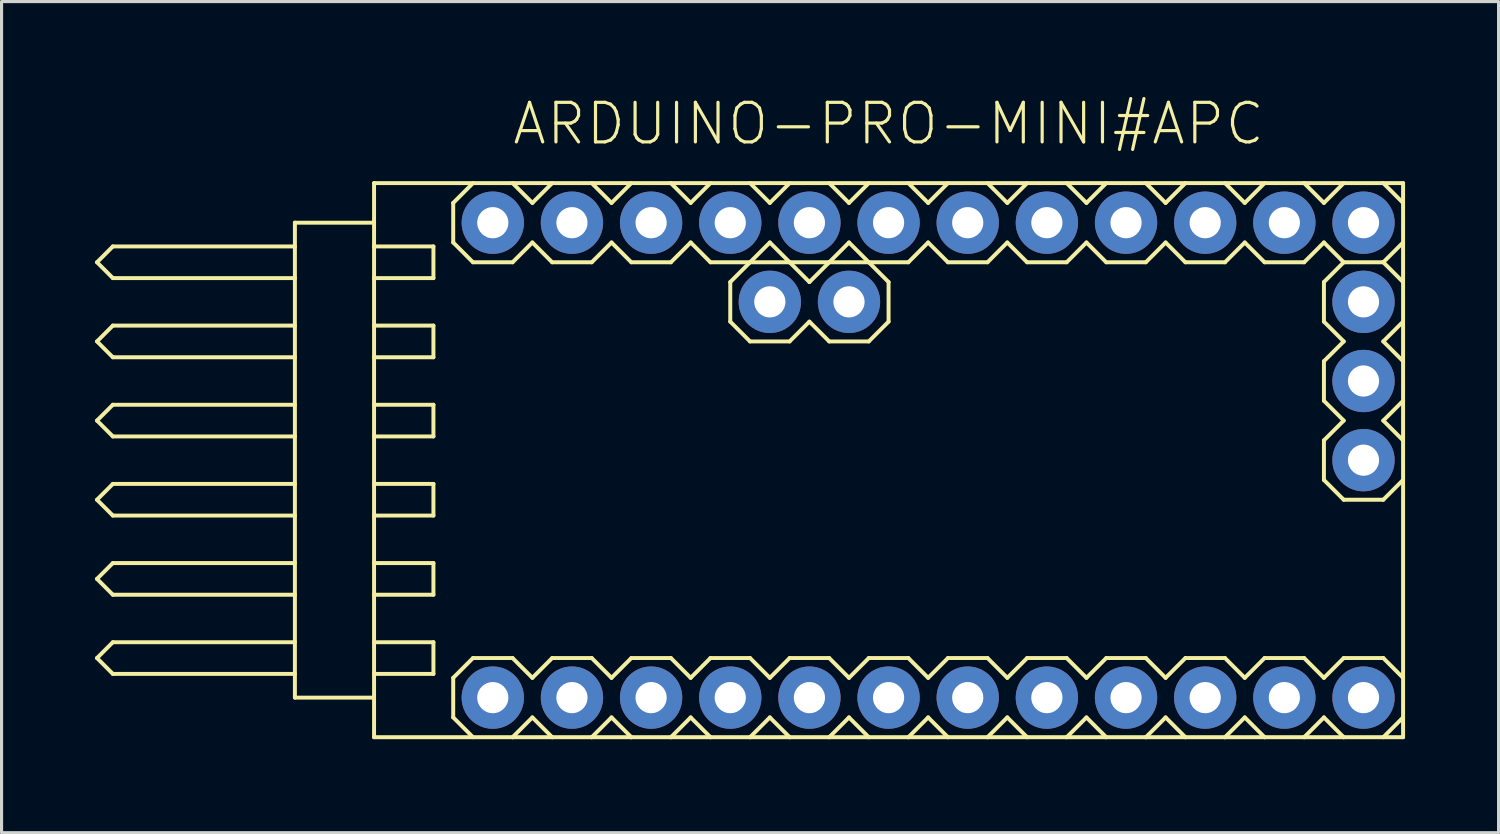
<source format=kicad_pcb>
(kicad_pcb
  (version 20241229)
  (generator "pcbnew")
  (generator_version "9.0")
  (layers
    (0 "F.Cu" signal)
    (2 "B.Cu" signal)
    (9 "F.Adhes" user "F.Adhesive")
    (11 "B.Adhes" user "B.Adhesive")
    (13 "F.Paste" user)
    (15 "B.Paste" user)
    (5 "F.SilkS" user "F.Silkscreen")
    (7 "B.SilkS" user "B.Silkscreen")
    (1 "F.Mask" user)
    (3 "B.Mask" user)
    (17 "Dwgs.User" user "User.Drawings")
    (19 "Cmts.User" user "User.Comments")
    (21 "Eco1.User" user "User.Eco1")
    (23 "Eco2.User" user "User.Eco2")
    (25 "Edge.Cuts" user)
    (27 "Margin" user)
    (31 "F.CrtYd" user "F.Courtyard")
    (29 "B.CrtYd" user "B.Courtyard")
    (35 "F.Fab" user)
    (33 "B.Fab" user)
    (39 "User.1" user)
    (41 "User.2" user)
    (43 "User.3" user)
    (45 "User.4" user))
  (footprint "ARDUINO-PRO-MINI#APC"
    (layer "F.Cu")
    (at 25.463 11.716)
    (property "Reference" "ARDUINO-PRO-MINI#APC" (at 0 -10.795 0) (layer "F.SilkS") (effects (font (size 1.27 1.27) (thickness 0.102))))
    (attr exclude_from_pos_files exclude_from_bom)
    (fp_line (start -25.4 -6.35) (end -24.892 -5.842) (stroke (width 0.127) (type solid)) (layer "F.SilkS"))
    (fp_line (start -25.4 -3.81) (end -24.892 -3.302) (stroke (width 0.127) (type solid)) (layer "F.SilkS"))
    (fp_line (start -25.4 -1.27) (end -24.892 -0.762) (stroke (width 0.127) (type solid)) (layer "F.SilkS"))
    (fp_line (start -25.4 1.27) (end -24.892 1.778) (stroke (width 0.127) (type solid)) (layer "F.SilkS"))
    (fp_line (start -25.4 3.81) (end -24.892 4.318) (stroke (width 0.127) (type solid)) (layer "F.SilkS"))
    (fp_line (start -25.4 6.35) (end -24.892 6.858) (stroke (width 0.127) (type solid)) (layer "F.SilkS"))
    (fp_line (start -24.892 -6.858) (end -25.4 -6.35) (stroke (width 0.127) (type solid)) (layer "F.SilkS"))
    (fp_line (start -24.892 -5.842) (end -19.05 -5.842) (stroke (width 0.127) (type solid)) (layer "F.SilkS"))
    (fp_line (start -24.892 -4.318) (end -25.4 -3.81) (stroke (width 0.127) (type solid)) (layer "F.SilkS"))
    (fp_line (start -24.892 -3.302) (end -19.05 -3.302) (stroke (width 0.127) (type solid)) (layer "F.SilkS"))
    (fp_line (start -24.892 -1.778) (end -25.4 -1.27) (stroke (width 0.127) (type solid)) (layer "F.SilkS"))
    (fp_line (start -24.892 -0.762) (end -19.05 -0.762) (stroke (width 0.127) (type solid)) (layer "F.SilkS"))
    (fp_line (start -24.892 0.762) (end -25.4 1.27) (stroke (width 0.127) (type solid)) (layer "F.SilkS"))
    (fp_line (start -24.892 1.778) (end -19.05 1.778) (stroke (width 0.127) (type solid)) (layer "F.SilkS"))
    (fp_line (start -24.892 3.302) (end -25.4 3.81) (stroke (width 0.127) (type solid)) (layer "F.SilkS"))
    (fp_line (start -24.892 4.318) (end -19.05 4.318) (stroke (width 0.127) (type solid)) (layer "F.SilkS"))
    (fp_line (start -24.892 5.842) (end -25.4 6.35) (stroke (width 0.127) (type solid)) (layer "F.SilkS"))
    (fp_line (start -24.892 6.858) (end -19.05 6.858) (stroke (width 0.127) (type solid)) (layer "F.SilkS"))
    (fp_line (start -19.05 -7.62) (end -19.05 -6.858) (stroke (width 0.127) (type solid)) (layer "F.SilkS"))
    (fp_line (start -19.05 -6.858) (end -24.892 -6.858) (stroke (width 0.127) (type solid)) (layer "F.SilkS"))
    (fp_line (start -19.05 -6.858) (end -19.05 -5.842) (stroke (width 0.127) (type solid)) (layer "F.SilkS"))
    (fp_line (start -19.05 -5.842) (end -19.05 7.62) (stroke (width 0.127) (type solid)) (layer "F.SilkS"))
    (fp_line (start -19.05 -4.318) (end -24.892 -4.318) (stroke (width 0.127) (type solid)) (layer "F.SilkS"))
    (fp_line (start -19.05 -1.778) (end -24.892 -1.778) (stroke (width 0.127) (type solid)) (layer "F.SilkS"))
    (fp_line (start -19.05 0.762) (end -24.892 0.762) (stroke (width 0.127) (type solid)) (layer "F.SilkS"))
    (fp_line (start -19.05 3.302) (end -24.892 3.302) (stroke (width 0.127) (type solid)) (layer "F.SilkS"))
    (fp_line (start -19.05 5.842) (end -24.892 5.842) (stroke (width 0.127) (type solid)) (layer "F.SilkS"))
    (fp_line (start -19.05 7.62) (end -16.51 7.62) (stroke (width 0.127) (type solid)) (layer "F.SilkS"))
    (fp_line (start -16.51 -8.89) (end -16.51 -7.62) (stroke (width 0.127) (type solid)) (layer "F.SilkS"))
    (fp_line (start -16.51 -7.62) (end -19.05 -7.62) (stroke (width 0.127) (type solid)) (layer "F.SilkS"))
    (fp_line (start -16.51 -7.62) (end -16.51 -6.858) (stroke (width 0.127) (type solid)) (layer "F.SilkS"))
    (fp_line (start -16.51 -6.858) (end -16.51 -5.842) (stroke (width 0.127) (type solid)) (layer "F.SilkS"))
    (fp_line (start -16.51 -6.858) (end -14.605 -6.858) (stroke (width 0.127) (type solid)) (layer "F.SilkS"))
    (fp_line (start -16.51 -5.842) (end -16.51 7.62) (stroke (width 0.127) (type solid)) (layer "F.SilkS"))
    (fp_line (start -16.51 -4.318) (end -14.605 -4.318) (stroke (width 0.127) (type solid)) (layer "F.SilkS"))
    (fp_line (start -16.51 -1.778) (end -14.605 -1.778) (stroke (width 0.127) (type solid)) (layer "F.SilkS"))
    (fp_line (start -16.51 0.762) (end -14.605 0.762) (stroke (width 0.127) (type solid)) (layer "F.SilkS"))
    (fp_line (start -16.51 3.302) (end -14.605 3.302) (stroke (width 0.127) (type solid)) (layer "F.SilkS"))
    (fp_line (start -16.51 5.842) (end -14.605 5.842) (stroke (width 0.127) (type solid)) (layer "F.SilkS"))
    (fp_line (start -16.51 7.62) (end -16.51 8.89) (stroke (width 0.127) (type solid)) (layer "F.SilkS"))
    (fp_line (start -16.51 8.89) (end -12.065 8.89) (stroke (width 0.127) (type solid)) (layer "F.SilkS"))
    (fp_line (start -14.605 -6.858) (end -14.605 -5.842) (stroke (width 0.127) (type solid)) (layer "F.SilkS"))
    (fp_line (start -14.605 -5.842) (end -16.51 -5.842) (stroke (width 0.127) (type solid)) (layer "F.SilkS"))
    (fp_line (start -14.605 -4.318) (end -14.605 -3.302) (stroke (width 0.127) (type solid)) (layer "F.SilkS"))
    (fp_line (start -14.605 -3.302) (end -16.51 -3.302) (stroke (width 0.127) (type solid)) (layer "F.SilkS"))
    (fp_line (start -14.605 -1.778) (end -14.605 -0.762) (stroke (width 0.127) (type solid)) (layer "F.SilkS"))
    (fp_line (start -14.605 -0.762) (end -16.51 -0.762) (stroke (width 0.127) (type solid)) (layer "F.SilkS"))
    (fp_line (start -14.605 0.762) (end -14.605 1.778) (stroke (width 0.127) (type solid)) (layer "F.SilkS"))
    (fp_line (start -14.605 1.778) (end -16.51 1.778) (stroke (width 0.127) (type solid)) (layer "F.SilkS"))
    (fp_line (start -14.605 3.302) (end -14.605 4.318) (stroke (width 0.127) (type solid)) (layer "F.SilkS"))
    (fp_line (start -14.605 4.318) (end -16.51 4.318) (stroke (width 0.127) (type solid)) (layer "F.SilkS"))
    (fp_line (start -14.605 5.842) (end -14.605 6.858) (stroke (width 0.127) (type solid)) (layer "F.SilkS"))
    (fp_line (start -14.605 6.858) (end -16.51 6.858) (stroke (width 0.127) (type solid)) (layer "F.SilkS"))
    (fp_line (start -13.97 -8.255) (end -13.97 -6.985) (stroke (width 0.127) (type solid)) (layer "F.SilkS"))
    (fp_line (start -13.97 -6.985) (end -13.335 -6.35) (stroke (width 0.127) (type solid)) (layer "F.SilkS"))
    (fp_line (start -13.97 6.985) (end -13.97 8.255) (stroke (width 0.127) (type solid)) (layer "F.SilkS"))
    (fp_line (start -13.335 -8.89) (end -13.97 -8.255) (stroke (width 0.127) (type solid)) (layer "F.SilkS"))
    (fp_line (start -13.335 -6.35) (end -12.065 -6.35) (stroke (width 0.127) (type solid)) (layer "F.SilkS"))
    (fp_line (start -13.335 6.35) (end -13.97 6.985) (stroke (width 0.127) (type solid)) (layer "F.SilkS"))
    (fp_line (start -13.335 6.35) (end -12.065 6.35) (stroke (width 0.127) (type solid)) (layer "F.SilkS"))
    (fp_line (start -13.335 8.89) (end -13.97 8.255) (stroke (width 0.127) (type solid)) (layer "F.SilkS"))
    (fp_line (start -12.065 -6.35) (end -11.43 -6.985) (stroke (width 0.127) (type solid)) (layer "F.SilkS"))
    (fp_line (start -12.065 6.35) (end -11.43 6.985) (stroke (width 0.127) (type solid)) (layer "F.SilkS"))
    (fp_line (start -12.065 8.89) (end -11.43 8.255) (stroke (width 0.127) (type solid)) (layer "F.SilkS"))
    (fp_line (start -12.065 8.89) (end -10.795 8.89) (stroke (width 0.127) (type solid)) (layer "F.SilkS"))
    (fp_line (start -11.43 -8.255) (end -12.065 -8.89) (stroke (width 0.127) (type solid)) (layer "F.SilkS"))
    (fp_line (start -11.43 -6.985) (end -10.795 -6.35) (stroke (width 0.127) (type solid)) (layer "F.SilkS"))
    (fp_line (start -11.43 6.985) (end -10.795 6.35) (stroke (width 0.127) (type solid)) (layer "F.SilkS"))
    (fp_line (start -11.43 8.255) (end -10.795 8.89) (stroke (width 0.127) (type solid)) (layer "F.SilkS"))
    (fp_line (start -10.795 -8.89) (end -11.43 -8.255) (stroke (width 0.127) (type solid)) (layer "F.SilkS"))
    (fp_line (start -10.795 -6.35) (end -9.525 -6.35) (stroke (width 0.127) (type solid)) (layer "F.SilkS"))
    (fp_line (start -10.795 6.35) (end -9.525 6.35) (stroke (width 0.127) (type solid)) (layer "F.SilkS"))
    (fp_line (start -10.795 8.89) (end -9.525 8.89) (stroke (width 0.127) (type solid)) (layer "F.SilkS"))
    (fp_line (start -9.525 -6.35) (end -8.89 -6.985) (stroke (width 0.127) (type solid)) (layer "F.SilkS"))
    (fp_line (start -9.525 6.35) (end -8.89 6.985) (stroke (width 0.127) (type solid)) (layer "F.SilkS"))
    (fp_line (start -9.525 8.89) (end -8.89 8.255) (stroke (width 0.127) (type solid)) (layer "F.SilkS"))
    (fp_line (start -9.525 8.89) (end -8.255 8.89) (stroke (width 0.127) (type solid)) (layer "F.SilkS"))
    (fp_line (start -8.89 -8.255) (end -9.525 -8.89) (stroke (width 0.127) (type solid)) (layer "F.SilkS"))
    (fp_line (start -8.89 -6.985) (end -8.255 -6.35) (stroke (width 0.127) (type solid)) (layer "F.SilkS"))
    (fp_line (start -8.89 6.985) (end -8.255 6.35) (stroke (width 0.127) (type solid)) (layer "F.SilkS"))
    (fp_line (start -8.89 8.255) (end -8.255 8.89) (stroke (width 0.127) (type solid)) (layer "F.SilkS"))
    (fp_line (start -8.255 -8.89) (end -8.89 -8.255) (stroke (width 0.127) (type solid)) (layer "F.SilkS"))
    (fp_line (start -8.255 -6.35) (end -6.985 -6.35) (stroke (width 0.127) (type solid)) (layer "F.SilkS"))
    (fp_line (start -8.255 6.35) (end -6.985 6.35) (stroke (width 0.127) (type solid)) (layer "F.SilkS"))
    (fp_line (start -8.255 8.89) (end -6.985 8.89) (stroke (width 0.127) (type solid)) (layer "F.SilkS"))
    (fp_line (start -6.985 -8.89) (end -16.51 -8.89) (stroke (width 0.127) (type solid)) (layer "F.SilkS"))
    (fp_line (start -6.985 -6.35) (end -6.35 -6.985) (stroke (width 0.127) (type solid)) (layer "F.SilkS"))
    (fp_line (start -6.985 6.35) (end -6.35 6.985) (stroke (width 0.127) (type solid)) (layer "F.SilkS"))
    (fp_line (start -6.985 8.89) (end -6.35 8.255) (stroke (width 0.127) (type solid)) (layer "F.SilkS"))
    (fp_line (start -6.985 8.89) (end -5.715 8.89) (stroke (width 0.127) (type solid)) (layer "F.SilkS"))
    (fp_line (start -6.35 -8.255) (end -6.985 -8.89) (stroke (width 0.127) (type solid)) (layer "F.SilkS"))
    (fp_line (start -6.35 -6.985) (end -5.715 -6.35) (stroke (width 0.127) (type solid)) (layer "F.SilkS"))
    (fp_line (start -6.35 6.985) (end -5.715 6.35) (stroke (width 0.127) (type solid)) (layer "F.SilkS"))
    (fp_line (start -6.35 8.255) (end -5.715 8.89) (stroke (width 0.127) (type solid)) (layer "F.SilkS"))
    (fp_line (start -5.715 -8.89) (end -6.35 -8.255) (stroke (width 0.127) (type solid)) (layer "F.SilkS"))
    (fp_line (start -5.715 -6.35) (end -4.445 -6.35) (stroke (width 0.127) (type solid)) (layer "F.SilkS"))
    (fp_line (start -5.715 6.35) (end -4.445 6.35) (stroke (width 0.127) (type solid)) (layer "F.SilkS"))
    (fp_line (start -5.715 8.89) (end -4.445 8.89) (stroke (width 0.127) (type solid)) (layer "F.SilkS"))
    (fp_line (start -5.08 -5.715) (end -4.445 -6.35) (stroke (width 0.127) (type solid)) (layer "F.SilkS"))
    (fp_line (start -5.08 -4.445) (end -5.08 -5.715) (stroke (width 0.127) (type solid)) (layer "F.SilkS"))
    (fp_line (start -4.445 -6.35) (end -3.81 -6.985) (stroke (width 0.127) (type solid)) (layer "F.SilkS"))
    (fp_line (start -4.445 -6.35) (end -3.175 -6.35) (stroke (width 0.127) (type solid)) (layer "F.SilkS"))
    (fp_line (start -4.445 -3.81) (end -5.08 -4.445) (stroke (width 0.127) (type solid)) (layer "F.SilkS"))
    (fp_line (start -4.445 6.35) (end -3.81 6.985) (stroke (width 0.127) (type solid)) (layer "F.SilkS"))
    (fp_line (start -4.445 8.89) (end -3.81 8.255) (stroke (width 0.127) (type solid)) (layer "F.SilkS"))
    (fp_line (start -4.445 8.89) (end -3.175 8.89) (stroke (width 0.127) (type solid)) (layer "F.SilkS"))
    (fp_line (start -3.81 -8.255) (end -4.445 -8.89) (stroke (width 0.127) (type solid)) (layer "F.SilkS"))
    (fp_line (start -3.81 -6.985) (end -3.175 -6.35) (stroke (width 0.127) (type solid)) (layer "F.SilkS"))
    (fp_line (start -3.81 6.985) (end -3.175 6.35) (stroke (width 0.127) (type solid)) (layer "F.SilkS"))
    (fp_line (start -3.81 8.255) (end -3.175 8.89) (stroke (width 0.127) (type solid)) (layer "F.SilkS"))
    (fp_line (start -3.175 -8.89) (end -3.81 -8.255) (stroke (width 0.127) (type solid)) (layer "F.SilkS"))
    (fp_line (start -3.175 -6.35) (end -2.54 -5.715) (stroke (width 0.127) (type solid)) (layer "F.SilkS"))
    (fp_line (start -3.175 -6.35) (end -1.905 -6.35) (stroke (width 0.127) (type solid)) (layer "F.SilkS"))
    (fp_line (start -3.175 -3.81) (end -4.445 -3.81) (stroke (width 0.127) (type solid)) (layer "F.SilkS"))
    (fp_line (start -3.175 6.35) (end -1.905 6.35) (stroke (width 0.127) (type solid)) (layer "F.SilkS"))
    (fp_line (start -3.175 8.89) (end -1.905 8.89) (stroke (width 0.127) (type solid)) (layer "F.SilkS"))
    (fp_line (start -2.54 -5.715) (end -1.905 -6.35) (stroke (width 0.127) (type solid)) (layer "F.SilkS"))
    (fp_line (start -2.54 -4.445) (end -3.175 -3.81) (stroke (width 0.127) (type solid)) (layer "F.SilkS"))
    (fp_line (start -1.905 -6.35) (end -1.27 -6.985) (stroke (width 0.127) (type solid)) (layer "F.SilkS"))
    (fp_line (start -1.905 -6.35) (end -0.635 -6.35) (stroke (width 0.127) (type solid)) (layer "F.SilkS"))
    (fp_line (start -1.905 -3.81) (end -2.54 -4.445) (stroke (width 0.127) (type solid)) (layer "F.SilkS"))
    (fp_line (start -1.905 6.35) (end -1.27 6.985) (stroke (width 0.127) (type solid)) (layer "F.SilkS"))
    (fp_line (start -1.905 8.89) (end -1.27 8.255) (stroke (width 0.127) (type solid)) (layer "F.SilkS"))
    (fp_line (start -1.905 8.89) (end -0.635 8.89) (stroke (width 0.127) (type solid)) (layer "F.SilkS"))
    (fp_line (start -1.27 -8.255) (end -1.905 -8.89) (stroke (width 0.127) (type solid)) (layer "F.SilkS"))
    (fp_line (start -1.27 -6.985) (end -0.635 -6.35) (stroke (width 0.127) (type solid)) (layer "F.SilkS"))
    (fp_line (start -1.27 6.985) (end -0.635 6.35) (stroke (width 0.127) (type solid)) (layer "F.SilkS"))
    (fp_line (start -1.27 8.255) (end -0.635 8.89) (stroke (width 0.127) (type solid)) (layer "F.SilkS"))
    (fp_line (start -0.635 -8.89) (end -1.27 -8.255) (stroke (width 0.127) (type solid)) (layer "F.SilkS"))
    (fp_line (start -0.635 -6.35) (end 0 -5.715) (stroke (width 0.127) (type solid)) (layer "F.SilkS"))
    (fp_line (start -0.635 -6.35) (end 0.635 -6.35) (stroke (width 0.127) (type solid)) (layer "F.SilkS"))
    (fp_line (start -0.635 -3.81) (end -1.905 -3.81) (stroke (width 0.127) (type solid)) (layer "F.SilkS"))
    (fp_line (start -0.635 6.35) (end 0.635 6.35) (stroke (width 0.127) (type solid)) (layer "F.SilkS"))
    (fp_line (start -0.635 8.89) (end 0.635 8.89) (stroke (width 0.127) (type solid)) (layer "F.SilkS"))
    (fp_line (start 0 -5.715) (end 0 -4.445) (stroke (width 0.127) (type solid)) (layer "F.SilkS"))
    (fp_line (start 0 -4.445) (end -0.635 -3.81) (stroke (width 0.127) (type solid)) (layer "F.SilkS"))
    (fp_line (start 0.635 -6.35) (end 1.27 -6.985) (stroke (width 0.127) (type solid)) (layer "F.SilkS"))
    (fp_line (start 0.635 6.35) (end 1.27 6.985) (stroke (width 0.127) (type solid)) (layer "F.SilkS"))
    (fp_line (start 0.635 8.89) (end 1.27 8.255) (stroke (width 0.127) (type solid)) (layer "F.SilkS"))
    (fp_line (start 0.635 8.89) (end 1.905 8.89) (stroke (width 0.127) (type solid)) (layer "F.SilkS"))
    (fp_line (start 1.27 -8.255) (end 0.635 -8.89) (stroke (width 0.127) (type solid)) (layer "F.SilkS"))
    (fp_line (start 1.27 -6.985) (end 1.905 -6.35) (stroke (width 0.127) (type solid)) (layer "F.SilkS"))
    (fp_line (start 1.27 6.985) (end 1.905 6.35) (stroke (width 0.127) (type solid)) (layer "F.SilkS"))
    (fp_line (start 1.27 8.255) (end 1.905 8.89) (stroke (width 0.127) (type solid)) (layer "F.SilkS"))
    (fp_line (start 1.905 -8.89) (end 1.27 -8.255) (stroke (width 0.127) (type solid)) (layer "F.SilkS"))
    (fp_line (start 1.905 -6.35) (end 3.175 -6.35) (stroke (width 0.127) (type solid)) (layer "F.SilkS"))
    (fp_line (start 1.905 6.35) (end 3.175 6.35) (stroke (width 0.127) (type solid)) (layer "F.SilkS"))
    (fp_line (start 1.905 8.89) (end 3.175 8.89) (stroke (width 0.127) (type solid)) (layer "F.SilkS"))
    (fp_line (start 3.175 -6.35) (end 3.81 -6.985) (stroke (width 0.127) (type solid)) (layer "F.SilkS"))
    (fp_line (start 3.175 6.35) (end 3.81 6.985) (stroke (width 0.127) (type solid)) (layer "F.SilkS"))
    (fp_line (start 3.175 8.89) (end 3.81 8.255) (stroke (width 0.127) (type solid)) (layer "F.SilkS"))
    (fp_line (start 3.175 8.89) (end 4.445 8.89) (stroke (width 0.127) (type solid)) (layer "F.SilkS"))
    (fp_line (start 3.81 -8.255) (end 3.175 -8.89) (stroke (width 0.127) (type solid)) (layer "F.SilkS"))
    (fp_line (start 3.81 -6.985) (end 4.445 -6.35) (stroke (width 0.127) (type solid)) (layer "F.SilkS"))
    (fp_line (start 3.81 6.985) (end 4.445 6.35) (stroke (width 0.127) (type solid)) (layer "F.SilkS"))
    (fp_line (start 3.81 8.255) (end 4.445 8.89) (stroke (width 0.127) (type solid)) (layer "F.SilkS"))
    (fp_line (start 4.445 -8.89) (end 3.81 -8.255) (stroke (width 0.127) (type solid)) (layer "F.SilkS"))
    (fp_line (start 4.445 -6.35) (end 5.715 -6.35) (stroke (width 0.127) (type solid)) (layer "F.SilkS"))
    (fp_line (start 4.445 6.35) (end 5.715 6.35) (stroke (width 0.127) (type solid)) (layer "F.SilkS"))
    (fp_line (start 4.445 8.89) (end 5.715 8.89) (stroke (width 0.127) (type solid)) (layer "F.SilkS"))
    (fp_line (start 5.715 -6.35) (end 6.35 -6.985) (stroke (width 0.127) (type solid)) (layer "F.SilkS"))
    (fp_line (start 5.715 6.35) (end 6.35 6.985) (stroke (width 0.127) (type solid)) (layer "F.SilkS"))
    (fp_line (start 5.715 8.89) (end 6.35 8.255) (stroke (width 0.127) (type solid)) (layer "F.SilkS"))
    (fp_line (start 5.715 8.89) (end 6.985 8.89) (stroke (width 0.127) (type solid)) (layer "F.SilkS"))
    (fp_line (start 6.35 -8.255) (end 5.715 -8.89) (stroke (width 0.127) (type solid)) (layer "F.SilkS"))
    (fp_line (start 6.35 -6.985) (end 6.985 -6.35) (stroke (width 0.127) (type solid)) (layer "F.SilkS"))
    (fp_line (start 6.35 6.985) (end 6.985 6.35) (stroke (width 0.127) (type solid)) (layer "F.SilkS"))
    (fp_line (start 6.35 8.255) (end 6.985 8.89) (stroke (width 0.127) (type solid)) (layer "F.SilkS"))
    (fp_line (start 6.985 -8.89) (end 6.35 -8.255) (stroke (width 0.127) (type solid)) (layer "F.SilkS"))
    (fp_line (start 6.985 -6.35) (end 8.255 -6.35) (stroke (width 0.127) (type solid)) (layer "F.SilkS"))
    (fp_line (start 6.985 6.35) (end 8.255 6.35) (stroke (width 0.127) (type solid)) (layer "F.SilkS"))
    (fp_line (start 6.985 8.89) (end 8.255 8.89) (stroke (width 0.127) (type solid)) (layer "F.SilkS"))
    (fp_line (start 8.255 -6.35) (end 8.89 -6.985) (stroke (width 0.127) (type solid)) (layer "F.SilkS"))
    (fp_line (start 8.255 6.35) (end 8.89 6.985) (stroke (width 0.127) (type solid)) (layer "F.SilkS"))
    (fp_line (start 8.255 8.89) (end 8.89 8.255) (stroke (width 0.127) (type solid)) (layer "F.SilkS"))
    (fp_line (start 8.255 8.89) (end 9.525 8.89) (stroke (width 0.127) (type solid)) (layer "F.SilkS"))
    (fp_line (start 8.89 -8.255) (end 8.255 -8.89) (stroke (width 0.127) (type solid)) (layer "F.SilkS"))
    (fp_line (start 8.89 -8.255) (end 9.525 -8.89) (stroke (width 0.127) (type solid)) (layer "F.SilkS"))
    (fp_line (start 8.89 -6.985) (end 9.525 -6.35) (stroke (width 0.127) (type solid)) (layer "F.SilkS"))
    (fp_line (start 8.89 6.985) (end 9.525 6.35) (stroke (width 0.127) (type solid)) (layer "F.SilkS"))
    (fp_line (start 8.89 8.255) (end 9.525 8.89) (stroke (width 0.127) (type solid)) (layer "F.SilkS"))
    (fp_line (start 9.525 -8.89) (end -6.985 -8.89) (stroke (width 0.127) (type solid)) (layer "F.SilkS"))
    (fp_line (start 9.525 -6.35) (end 10.795 -6.35) (stroke (width 0.127) (type solid)) (layer "F.SilkS"))
    (fp_line (start 9.525 6.35) (end 10.795 6.35) (stroke (width 0.127) (type solid)) (layer "F.SilkS"))
    (fp_line (start 9.525 8.89) (end 10.795 8.89) (stroke (width 0.127) (type solid)) (layer "F.SilkS"))
    (fp_line (start 10.795 -6.35) (end 11.43 -6.985) (stroke (width 0.127) (type solid)) (layer "F.SilkS"))
    (fp_line (start 10.795 6.35) (end 11.43 6.985) (stroke (width 0.127) (type solid)) (layer "F.SilkS"))
    (fp_line (start 10.795 8.89) (end 11.43 8.255) (stroke (width 0.127) (type solid)) (layer "F.SilkS"))
    (fp_line (start 10.795 8.89) (end 12.065 8.89) (stroke (width 0.127) (type solid)) (layer "F.SilkS"))
    (fp_line (start 11.43 -8.255) (end 10.795 -8.89) (stroke (width 0.127) (type solid)) (layer "F.SilkS"))
    (fp_line (start 11.43 -6.985) (end 12.065 -6.35) (stroke (width 0.127) (type solid)) (layer "F.SilkS"))
    (fp_line (start 11.43 6.985) (end 12.065 6.35) (stroke (width 0.127) (type solid)) (layer "F.SilkS"))
    (fp_line (start 11.43 8.255) (end 12.065 8.89) (stroke (width 0.127) (type solid)) (layer "F.SilkS"))
    (fp_line (start 12.065 -8.89) (end 11.43 -8.255) (stroke (width 0.127) (type solid)) (layer "F.SilkS"))
    (fp_line (start 12.065 -6.35) (end 13.335 -6.35) (stroke (width 0.127) (type solid)) (layer "F.SilkS"))
    (fp_line (start 12.065 6.35) (end 13.335 6.35) (stroke (width 0.127) (type solid)) (layer "F.SilkS"))
    (fp_line (start 12.065 8.89) (end 13.335 8.89) (stroke (width 0.127) (type solid)) (layer "F.SilkS"))
    (fp_line (start 13.335 -8.89) (end 9.525 -8.89) (stroke (width 0.127) (type solid)) (layer "F.SilkS"))
    (fp_line (start 13.335 -6.35) (end 13.97 -6.985) (stroke (width 0.127) (type solid)) (layer "F.SilkS"))
    (fp_line (start 13.335 6.35) (end 13.97 6.985) (stroke (width 0.127) (type solid)) (layer "F.SilkS"))
    (fp_line (start 13.335 8.89) (end 14.605 8.89) (stroke (width 0.127) (type solid)) (layer "F.SilkS"))
    (fp_line (start 13.97 -8.255) (end 13.335 -8.89) (stroke (width 0.127) (type solid)) (layer "F.SilkS"))
    (fp_line (start 13.97 -6.985) (end 14.605 -6.35) (stroke (width 0.127) (type solid)) (layer "F.SilkS"))
    (fp_line (start 13.97 -5.715) (end 14.605 -6.35) (stroke (width 0.127) (type solid)) (layer "F.SilkS"))
    (fp_line (start 13.97 -4.445) (end 13.97 -5.715) (stroke (width 0.127) (type solid)) (layer "F.SilkS"))
    (fp_line (start 13.97 -3.175) (end 14.605 -3.81) (stroke (width 0.127) (type solid)) (layer "F.SilkS"))
    (fp_line (start 13.97 -1.905) (end 13.97 -3.175) (stroke (width 0.127) (type solid)) (layer "F.SilkS"))
    (fp_line (start 13.97 -0.635) (end 14.605 -1.27) (stroke (width 0.127) (type solid)) (layer "F.SilkS"))
    (fp_line (start 13.97 0.635) (end 13.97 -0.635) (stroke (width 0.127) (type solid)) (layer "F.SilkS"))
    (fp_line (start 13.97 6.985) (end 14.605 6.35) (stroke (width 0.127) (type solid)) (layer "F.SilkS"))
    (fp_line (start 13.97 8.255) (end 13.335 8.89) (stroke (width 0.127) (type solid)) (layer "F.SilkS"))
    (fp_line (start 14.605 -8.89) (end 13.97 -8.255) (stroke (width 0.127) (type solid)) (layer "F.SilkS"))
    (fp_line (start 14.605 -6.35) (end 15.875 -6.35) (stroke (width 0.127) (type solid)) (layer "F.SilkS"))
    (fp_line (start 14.605 -3.81) (end 13.97 -4.445) (stroke (width 0.127) (type solid)) (layer "F.SilkS"))
    (fp_line (start 14.605 -1.27) (end 13.97 -1.905) (stroke (width 0.127) (type solid)) (layer "F.SilkS"))
    (fp_line (start 14.605 1.27) (end 13.97 0.635) (stroke (width 0.127) (type solid)) (layer "F.SilkS"))
    (fp_line (start 14.605 6.35) (end 15.875 6.35) (stroke (width 0.127) (type solid)) (layer "F.SilkS"))
    (fp_line (start 14.605 8.89) (end 13.97 8.255) (stroke (width 0.127) (type solid)) (layer "F.SilkS"))
    (fp_line (start 14.605 8.89) (end 16.51 8.89) (stroke (width 0.127) (type solid)) (layer "F.SilkS"))
    (fp_line (start 15.875 -6.35) (end 16.51 -6.985) (stroke (width 0.127) (type solid)) (layer "F.SilkS"))
    (fp_line (start 15.875 -6.35) (end 16.51 -5.715) (stroke (width 0.127) (type solid)) (layer "F.SilkS"))
    (fp_line (start 15.875 -3.81) (end 16.51 -3.175) (stroke (width 0.127) (type solid)) (layer "F.SilkS"))
    (fp_line (start 15.875 -1.27) (end 16.51 -0.635) (stroke (width 0.127) (type solid)) (layer "F.SilkS"))
    (fp_line (start 15.875 1.27) (end 14.605 1.27) (stroke (width 0.127) (type solid)) (layer "F.SilkS"))
    (fp_line (start 15.875 8.89) (end 16.51 8.255) (stroke (width 0.127) (type solid)) (layer "F.SilkS"))
    (fp_line (start 16.51 -8.89) (end 13.335 -8.89) (stroke (width 0.127) (type solid)) (layer "F.SilkS"))
    (fp_line (start 16.51 -8.255) (end 15.875 -8.89) (stroke (width 0.127) (type solid)) (layer "F.SilkS"))
    (fp_line (start 16.51 -4.445) (end 15.875 -3.81) (stroke (width 0.127) (type solid)) (layer "F.SilkS"))
    (fp_line (start 16.51 -1.905) (end 15.875 -1.27) (stroke (width 0.127) (type solid)) (layer "F.SilkS"))
    (fp_line (start 16.51 0.635) (end 15.875 1.27) (stroke (width 0.127) (type solid)) (layer "F.SilkS"))
    (fp_line (start 16.51 6.985) (end 15.875 6.35) (stroke (width 0.127) (type solid)) (layer "F.SilkS"))
    (fp_line (start 16.51 8.89) (end 16.51 -8.89) (stroke (width 0.127) (type solid)) (layer "F.SilkS"))
    (pad "J2.1" thru_hole circle (at -1.27 -5.08 90) (size 2 2) (drill 1) (layers "*.Cu" "*.Mask"))
    (pad "J2.2" thru_hole circle (at -3.81 -5.08 90) (size 2 2) (drill 1) (layers "*.Cu" "*.Mask"))
    (pad "J3.1" thru_hole circle (at 15.24 0 90) (size 2 2) (drill 1) (layers "*.Cu" "*.Mask"))
    (pad "J3.2" thru_hole circle (at 15.24 -2.54 90) (size 2 2) (drill 1) (layers "*.Cu" "*.Mask"))
    (pad "J3.3" thru_hole circle (at 15.24 -5.08 90) (size 2 2) (drill 1) (layers "*.Cu" "*.Mask"))
    (pad "J6.1" thru_hole circle (at -12.7 -7.62 90) (size 2 2) (drill 1) (layers "*.Cu" "*.Mask"))
    (pad "J6.2" thru_hole circle (at -10.16 -7.62 90) (size 2 2) (drill 1) (layers "*.Cu" "*.Mask"))
    (pad "J6.3" thru_hole circle (at -7.62 -7.62 90) (size 2 2) (drill 1) (layers "*.Cu" "*.Mask"))
    (pad "J6.4" thru_hole circle (at -5.08 -7.62 90) (size 2 2) (drill 1) (layers "*.Cu" "*.Mask"))
    (pad "J6.5" thru_hole circle (at -2.54 -7.62 90) (size 2 2) (drill 1) (layers "*.Cu" "*.Mask"))
    (pad "J6.6" thru_hole circle (at 0 -7.62 90) (size 2 2) (drill 1) (layers "*.Cu" "*.Mask"))
    (pad "J6.7" thru_hole circle (at 2.54 -7.62 90) (size 2 2) (drill 1) (layers "*.Cu" "*.Mask"))
    (pad "J6.8" thru_hole circle (at 5.08 -7.62 90) (size 2 2) (drill 1) (layers "*.Cu" "*.Mask"))
    (pad "J6.9" thru_hole circle (at 7.62 -7.62 90) (size 2 2) (drill 1) (layers "*.Cu" "*.Mask"))
    (pad "J6.10" thru_hole circle (at 10.16 -7.62 90) (size 2 2) (drill 1) (layers "*.Cu" "*.Mask"))
    (pad "J6.11" thru_hole circle (at 12.7 -7.62 90) (size 2 2) (drill 1) (layers "*.Cu" "*.Mask"))
    (pad "J6.12" thru_hole circle (at 15.24 -7.62 90) (size 2 2) (drill 1) (layers "*.Cu" "*.Mask"))
    (pad "J7.1" thru_hole circle (at 15.24 7.62 90) (size 2 2) (drill 1) (layers "*.Cu" "*.Mask"))
    (pad "J7.2" thru_hole circle (at 12.7 7.62 90) (size 2 2) (drill 1) (layers "*.Cu" "*.Mask"))
    (pad "J7.3" thru_hole circle (at 10.16 7.62 90) (size 2 2) (drill 1) (layers "*.Cu" "*.Mask"))
    (pad "J7.4" thru_hole circle (at 7.62 7.62 90) (size 2 2) (drill 1) (layers "*.Cu" "*.Mask"))
    (pad "J7.5" thru_hole circle (at 5.08 7.62 90) (size 2 2) (drill 1) (layers "*.Cu" "*.Mask"))
    (pad "J7.6" thru_hole circle (at 2.54 7.62 90) (size 2 2) (drill 1) (layers "*.Cu" "*.Mask"))
    (pad "J7.7" thru_hole circle (at 0 7.62 90) (size 2 2) (drill 1) (layers "*.Cu" "*.Mask"))
    (pad "J7.8" thru_hole circle (at -2.54 7.62 90) (size 2 2) (drill 1) (layers "*.Cu" "*.Mask"))
    (pad "J7.9" thru_hole circle (at -5.08 7.62 90) (size 2 2) (drill 1) (layers "*.Cu" "*.Mask"))
    (pad "J7.10" thru_hole circle (at -7.62 7.62 90) (size 2 2) (drill 1) (layers "*.Cu" "*.Mask"))
    (pad "J7.11" thru_hole circle (at -10.16 7.62 90) (size 2 2) (drill 1) (layers "*.Cu" "*.Mask"))
    (pad "J7.12" thru_hole circle (at -12.7 7.62 90) (size 2 2) (drill 1) (layers "*.Cu" "*.Mask")))
  (gr_rect
    (start -3 -3)
    (end 45.037 23.67)
    (stroke (width 0.1) (type default))
    (fill no)
    (layer "Edge.Cuts")))
</source>
